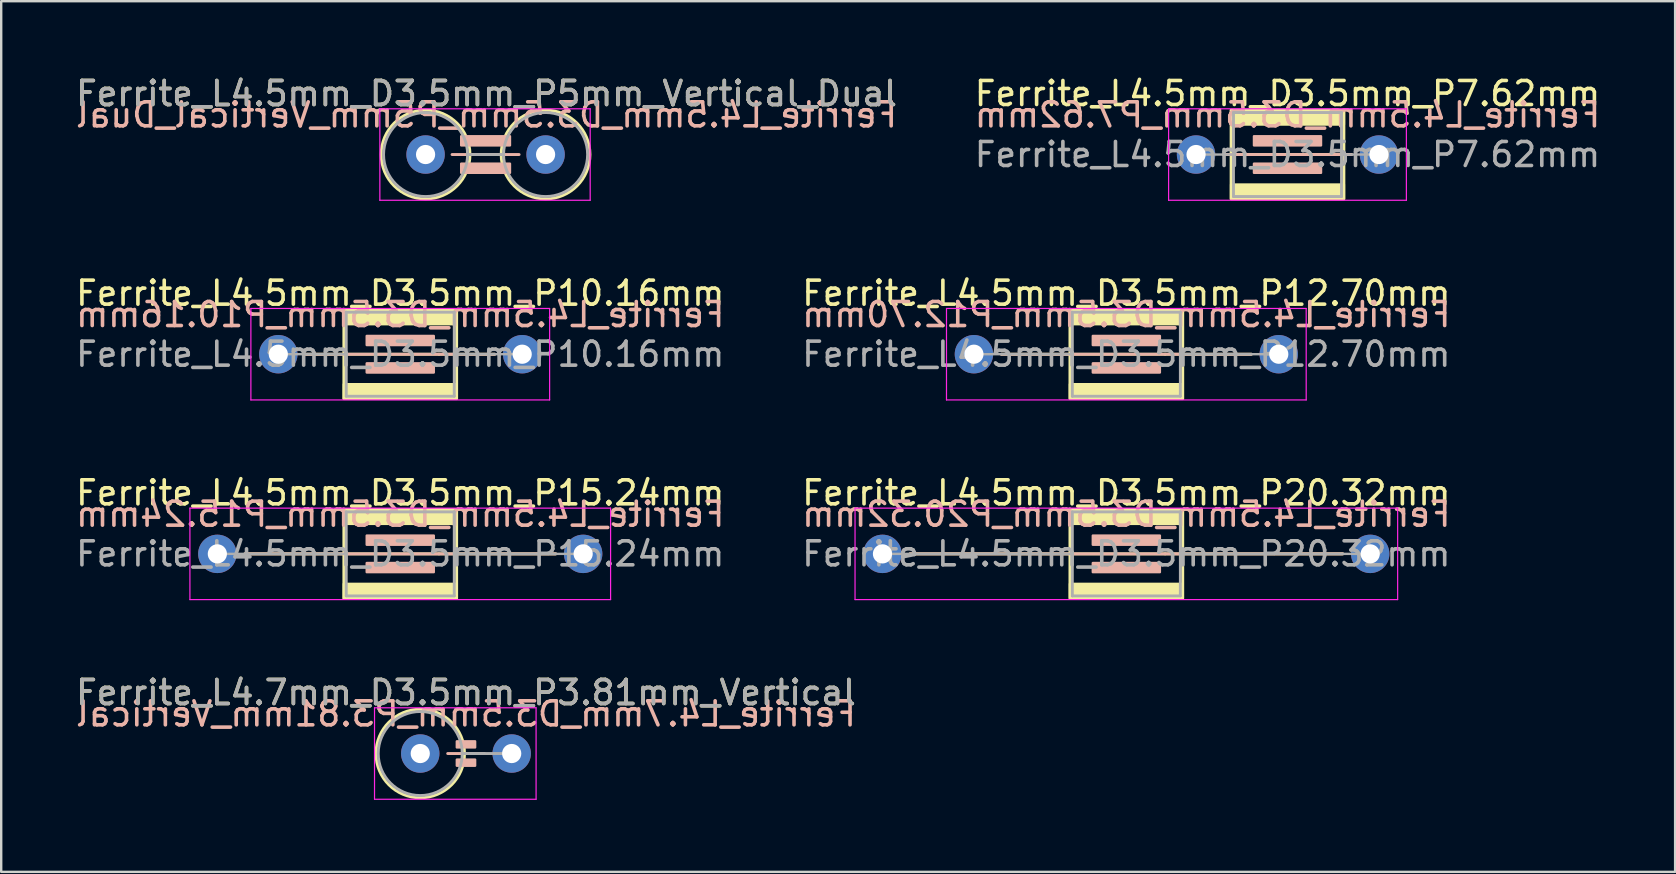
<source format=kicad_pcb>
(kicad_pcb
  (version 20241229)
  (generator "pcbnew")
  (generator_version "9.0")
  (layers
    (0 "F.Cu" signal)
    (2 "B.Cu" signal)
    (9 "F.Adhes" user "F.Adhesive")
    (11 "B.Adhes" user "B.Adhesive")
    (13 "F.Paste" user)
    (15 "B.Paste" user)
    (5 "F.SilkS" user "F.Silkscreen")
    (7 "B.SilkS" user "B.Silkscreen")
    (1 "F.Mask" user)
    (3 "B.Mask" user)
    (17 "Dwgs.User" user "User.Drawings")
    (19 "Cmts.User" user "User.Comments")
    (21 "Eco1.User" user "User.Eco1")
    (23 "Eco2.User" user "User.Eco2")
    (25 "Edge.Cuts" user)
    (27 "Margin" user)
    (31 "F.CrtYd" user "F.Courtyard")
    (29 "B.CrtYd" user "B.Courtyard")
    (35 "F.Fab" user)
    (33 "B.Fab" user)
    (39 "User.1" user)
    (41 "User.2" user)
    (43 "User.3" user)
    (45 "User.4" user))
  (footprint "Ferrite_L4.5mm_D3.5mm_P12.70mm"
    (layer "F.Cu")
    (at 37.525 11.707)
    (property "Reference" "Ferrite_L4.5mm_D3.5mm_P12.70mm" (at 6.35 -2.54 0) (layer "F.SilkS") (effects (font (size 1 1) (thickness 0.15))))
    (fp_line (start 7.964 0.000002) (end 1.143 0) (stroke (width 0.12) (type solid)) (layer "F.SilkS"))
    (fp_line (start 7.964 0.000002) (end 11.557 0) (stroke (width 0.12) (type solid)) (layer "F.SilkS"))
    (fp_rect (start 4 -1.85) (end 8.7 1.85) (stroke (width 0.12) (type solid)) (fill no) (layer "F.SilkS"))
    (fp_poly (pts (xy 8.7 -1.25) (xy 4 -1.25) (xy 4 -1.85) (xy 8.7 -1.85)) (stroke (width 0.1) (type solid)) (fill yes) (layer "F.SilkS"))
    (fp_poly (pts (xy 8.7 1.85) (xy 4 1.85) (xy 4 1.25) (xy 8.7 1.25)) (stroke (width 0.1) (type solid)) (fill yes) (layer "F.SilkS"))
    (fp_line (start 1.143 0) (end 11.557 0) (stroke (width 0.12) (type solid)) (layer "B.SilkS"))
    (fp_rect (start 4.953 -0.762) (end 7.747 -0.381) (stroke (width 0.1) (type solid)) (fill yes) (layer "B.SilkS"))
    (fp_rect (start 4.953 0.381) (end 7.747 0.762) (stroke (width 0.1) (type solid)) (fill yes) (layer "B.SilkS"))
    (fp_line (start -1.143 -1.905) (end 13.843 -1.905) (stroke (width 0.05) (type solid)) (layer "F.CrtYd"))
    (fp_line (start -1.143 1.905) (end -1.143 -1.905) (stroke (width 0.05) (type solid)) (layer "F.CrtYd"))
    (fp_line (start 13.843 -1.905) (end 13.843 1.905) (stroke (width 0.05) (type solid)) (layer "F.CrtYd"))
    (fp_line (start 13.843 1.905) (end -1.143 1.905) (stroke (width 0.05) (type solid)) (layer "F.CrtYd"))
    (fp_line (start 4.1 -1.75) (end 4.1 0) (stroke (width 0.12) (type solid)) (layer "F.Fab"))
    (fp_line (start 4.1 0) (end 0 0) (stroke (width 0.1) (type solid)) (layer "F.Fab"))
    (fp_line (start 4.1 0) (end 4.1 1.75) (stroke (width 0.12) (type solid)) (layer "F.Fab"))
    (fp_line (start 4.1 1.75) (end 8.6 1.75) (stroke (width 0.12) (type solid)) (layer "F.Fab"))
    (fp_line (start 8.6 -1.75) (end 4.1 -1.75) (stroke (width 0.12) (type solid)) (layer "F.Fab"))
    (fp_line (start 8.6 0) (end 12.7 0) (stroke (width 0.1) (type solid)) (layer "F.Fab"))
    (fp_line (start 8.6 1.75) (end 8.6 -1.75) (stroke (width 0.12) (type solid)) (layer "F.Fab"))
    (fp_text user "${REFERENCE}" (at 6.35 -1.651 0) (layer "B.SilkS") (effects (font (size 1 1) (thickness 0.15)) (justify mirror)))
    (fp_text user "${REFERENCE}" (at 6.35 0 0) (layer "F.Fab") (effects (font (size 1 1) (thickness 0.15))))
    (pad "1" thru_hole circle (at 0 0) (size 1.6 1.6) (drill 0.8) (layers "*.Cu" "*.Mask"))
    (pad "2" thru_hole circle (at 12.7 0) (size 1.6 1.6) (drill 0.8) (layers "*.Cu" "*.Mask")))
  (footprint "Ferrite_L4.5mm_D3.5mm_P7.62mm"
    (layer "F.Cu")
    (at 46.779 3.388)
    (property "Reference" "Ferrite_L4.5mm_D3.5mm_P7.62mm" (at 3.81 -2.54 0) (layer "F.SilkS") (effects (font (size 1 1) (thickness 0.15))))
    (fp_line (start 5.424 0.000002) (end 1.143 0) (stroke (width 0.12) (type solid)) (layer "F.SilkS"))
    (fp_line (start 5.424 0.000002) (end 6.477 0) (stroke (width 0.12) (type solid)) (layer "F.SilkS"))
    (fp_rect (start 1.46 -1.85) (end 6.16 1.85) (stroke (width 0.12) (type solid)) (fill no) (layer "F.SilkS"))
    (fp_poly (pts (xy 6.16 -1.25) (xy 1.46 -1.25) (xy 1.46 -1.85) (xy 6.16 -1.85)) (stroke (width 0.1) (type solid)) (fill yes) (layer "F.SilkS"))
    (fp_poly (pts (xy 6.16 1.85) (xy 1.46 1.85) (xy 1.46 1.25) (xy 6.16 1.25)) (stroke (width 0.1) (type solid)) (fill yes) (layer "F.SilkS"))
    (fp_line (start 1.143 0) (end 6.477 0) (stroke (width 0.12) (type solid)) (layer "B.SilkS"))
    (fp_rect (start 2.413 -0.762) (end 5.207 -0.381) (stroke (width 0.1) (type solid)) (fill yes) (layer "B.SilkS"))
    (fp_rect (start 2.413 0.381) (end 5.207 0.762) (stroke (width 0.1) (type solid)) (fill yes) (layer "B.SilkS"))
    (fp_line (start -1.143 -1.905) (end 8.763 -1.905) (stroke (width 0.05) (type solid)) (layer "F.CrtYd"))
    (fp_line (start -1.143 1.905) (end -1.143 -1.905) (stroke (width 0.05) (type solid)) (layer "F.CrtYd"))
    (fp_line (start 8.763 -1.905) (end 8.763 1.905) (stroke (width 0.05) (type solid)) (layer "F.CrtYd"))
    (fp_line (start 8.763 1.905) (end -1.143 1.905) (stroke (width 0.05) (type solid)) (layer "F.CrtYd"))
    (fp_line (start 0 0) (end 1.56 0) (stroke (width 0.1) (type solid)) (layer "F.Fab"))
    (fp_line (start 1.56 -1.75) (end 1.56 0) (stroke (width 0.12) (type solid)) (layer "F.Fab"))
    (fp_line (start 1.56 0) (end 1.56 1.75) (stroke (width 0.12) (type solid)) (layer "F.Fab"))
    (fp_line (start 1.56 1.75) (end 6.06 1.75) (stroke (width 0.12) (type solid)) (layer "F.Fab"))
    (fp_line (start 6.06 -1.75) (end 1.56 -1.75) (stroke (width 0.12) (type solid)) (layer "F.Fab"))
    (fp_line (start 6.06 1.75) (end 6.06 -1.75) (stroke (width 0.12) (type solid)) (layer "F.Fab"))
    (fp_line (start 7.62 0) (end 6.06 0) (stroke (width 0.1) (type solid)) (layer "F.Fab"))
    (fp_text user "${REFERENCE}" (at 3.81 -1.651 0) (layer "B.SilkS") (effects (font (size 1 1) (thickness 0.15)) (justify mirror)))
    (fp_text user "${REFERENCE}" (at 3.81 0 0) (layer "F.Fab") (effects (font (size 1 1) (thickness 0.15))))
    (pad "1" thru_hole circle (at 0 0) (size 1.6 1.6) (drill 0.8) (layers "*.Cu" "*.Mask"))
    (pad "2" thru_hole circle (at 7.62 0) (size 1.6 1.6) (drill 0.8) (layers "*.Cu" "*.Mask")))
  (footprint "Ferrite_L4.5mm_D3.5mm_P10.16mm"
    (layer "F.Cu")
    (at 8.545 11.707)
    (property "Reference" "Ferrite_L4.5mm_D3.5mm_P10.16mm" (at 5.08 -2.54 0) (layer "F.SilkS") (effects (font (size 1 1) (thickness 0.15))))
    (fp_line (start 6.694 0.000002) (end 1.143 0) (stroke (width 0.12) (type solid)) (layer "F.SilkS"))
    (fp_line (start 6.694 0.000002) (end 9.017 0) (stroke (width 0.12) (type solid)) (layer "F.SilkS"))
    (fp_rect (start 2.73 -1.85) (end 7.43 1.85) (stroke (width 0.12) (type solid)) (fill no) (layer "F.SilkS"))
    (fp_poly (pts (xy 7.43 -1.25) (xy 2.73 -1.25) (xy 2.73 -1.85) (xy 7.43 -1.85)) (stroke (width 0.1) (type solid)) (fill yes) (layer "F.SilkS"))
    (fp_poly (pts (xy 7.43 1.85) (xy 2.73 1.85) (xy 2.73 1.25) (xy 7.43 1.25)) (stroke (width 0.1) (type solid)) (fill yes) (layer "F.SilkS"))
    (fp_line (start 1.143 0) (end 9.017 0) (stroke (width 0.12) (type solid)) (layer "B.SilkS"))
    (fp_rect (start 3.683 -0.762) (end 6.477 -0.381) (stroke (width 0.1) (type solid)) (fill yes) (layer "B.SilkS"))
    (fp_rect (start 3.683 0.381) (end 6.477 0.762) (stroke (width 0.1) (type solid)) (fill yes) (layer "B.SilkS"))
    (fp_line (start -1.143 -1.905) (end 11.303 -1.905) (stroke (width 0.05) (type solid)) (layer "F.CrtYd"))
    (fp_line (start -1.143 1.905) (end -1.143 -1.905) (stroke (width 0.05) (type solid)) (layer "F.CrtYd"))
    (fp_line (start 11.303 -1.905) (end 11.303 1.905) (stroke (width 0.05) (type solid)) (layer "F.CrtYd"))
    (fp_line (start 11.303 1.905) (end -1.143 1.905) (stroke (width 0.05) (type solid)) (layer "F.CrtYd"))
    (fp_line (start 2.83 -1.75) (end 2.83 0) (stroke (width 0.12) (type solid)) (layer "F.Fab"))
    (fp_line (start 2.83 0) (end 0 0) (stroke (width 0.1) (type solid)) (layer "F.Fab"))
    (fp_line (start 2.83 0) (end 2.83 1.75) (stroke (width 0.12) (type solid)) (layer "F.Fab"))
    (fp_line (start 2.83 1.75) (end 7.33 1.75) (stroke (width 0.12) (type solid)) (layer "F.Fab"))
    (fp_line (start 7.33 -1.75) (end 2.83 -1.75) (stroke (width 0.12) (type solid)) (layer "F.Fab"))
    (fp_line (start 7.33 0) (end 10.16 0) (stroke (width 0.1) (type solid)) (layer "F.Fab"))
    (fp_line (start 7.33 1.75) (end 7.33 -1.75) (stroke (width 0.12) (type solid)) (layer "F.Fab"))
    (fp_text user "${REFERENCE}" (at 5.08 -1.651 0) (layer "B.SilkS") (effects (font (size 1 1) (thickness 0.15)) (justify mirror)))
    (fp_text user "${REFERENCE}" (at 5.08 0 0) (layer "F.Fab") (effects (font (size 1 1) (thickness 0.15))))
    (pad "1" thru_hole circle (at 0 0) (size 1.6 1.6) (drill 0.8) (layers "*.Cu" "*.Mask"))
    (pad "2" thru_hole circle (at 10.16 0) (size 1.6 1.6) (drill 0.8) (layers "*.Cu" "*.Mask")))
  (footprint "Ferrite_L4.5mm_D3.5mm_P15.24mm"
    (layer "F.Cu")
    (at 6.005 20.025)
    (property "Reference" "Ferrite_L4.5mm_D3.5mm_P15.24mm" (at 7.62 -2.54 0) (layer "F.SilkS") (effects (font (size 1 1) (thickness 0.15))))
    (fp_line (start 9.234 0.000002) (end 1.143 0) (stroke (width 0.12) (type solid)) (layer "F.SilkS"))
    (fp_line (start 9.234 0.000002) (end 14.097 0) (stroke (width 0.12) (type solid)) (layer "F.SilkS"))
    (fp_rect (start 5.27 -1.85) (end 9.97 1.85) (stroke (width 0.12) (type solid)) (fill no) (layer "F.SilkS"))
    (fp_poly (pts (xy 9.97 -1.25) (xy 5.27 -1.25) (xy 5.27 -1.85) (xy 9.97 -1.85)) (stroke (width 0.1) (type solid)) (fill yes) (layer "F.SilkS"))
    (fp_poly (pts (xy 9.97 1.85) (xy 5.27 1.85) (xy 5.27 1.25) (xy 9.97 1.25)) (stroke (width 0.1) (type solid)) (fill yes) (layer "F.SilkS"))
    (fp_line (start 1.143 0) (end 14.097 0) (stroke (width 0.12) (type solid)) (layer "B.SilkS"))
    (fp_rect (start 6.223 -0.762) (end 9.017 -0.381) (stroke (width 0.1) (type solid)) (fill yes) (layer "B.SilkS"))
    (fp_rect (start 6.223 0.381) (end 9.017 0.762) (stroke (width 0.1) (type solid)) (fill yes) (layer "B.SilkS"))
    (fp_line (start -1.143 -1.905) (end 16.383 -1.905) (stroke (width 0.05) (type solid)) (layer "F.CrtYd"))
    (fp_line (start -1.143 1.905) (end -1.143 -1.905) (stroke (width 0.05) (type solid)) (layer "F.CrtYd"))
    (fp_line (start 16.383 -1.905) (end 16.383 1.905) (stroke (width 0.05) (type solid)) (layer "F.CrtYd"))
    (fp_line (start 16.383 1.905) (end -1.143 1.905) (stroke (width 0.05) (type solid)) (layer "F.CrtYd"))
    (fp_line (start 0 0) (end 5.37 0) (stroke (width 0.1) (type solid)) (layer "F.Fab"))
    (fp_line (start 5.37 -1.75) (end 5.37 0) (stroke (width 0.12) (type solid)) (layer "F.Fab"))
    (fp_line (start 5.37 0) (end 5.37 1.75) (stroke (width 0.12) (type solid)) (layer "F.Fab"))
    (fp_line (start 5.37 1.75) (end 9.87 1.75) (stroke (width 0.12) (type solid)) (layer "F.Fab"))
    (fp_line (start 9.87 -1.75) (end 5.37 -1.75) (stroke (width 0.12) (type solid)) (layer "F.Fab"))
    (fp_line (start 9.87 1.75) (end 9.87 -1.75) (stroke (width 0.12) (type solid)) (layer "F.Fab"))
    (fp_line (start 15.24 0) (end 9.87 0) (stroke (width 0.1) (type solid)) (layer "F.Fab"))
    (fp_text user "${REFERENCE}" (at 7.62 -1.651 0) (layer "B.SilkS") (effects (font (size 1 1) (thickness 0.15)) (justify mirror)))
    (fp_text user "${REFERENCE}" (at 7.62 0 0) (layer "F.Fab") (effects (font (size 1 1) (thickness 0.15))))
    (pad "1" thru_hole circle (at 0 0) (size 1.6 1.6) (drill 0.8) (layers "*.Cu" "*.Mask"))
    (pad "2" thru_hole circle (at 15.24 0) (size 1.6 1.6) (drill 0.8) (layers "*.Cu" "*.Mask")))
  (footprint "Ferrite_L4.5mm_D3.5mm_P20.32mm"
    (layer "F.Cu")
    (at 33.715 20.025)
    (property "Reference" "Ferrite_L4.5mm_D3.5mm_P20.32mm" (at 10.16 -2.54 0) (layer "F.SilkS") (effects (font (size 1 1) (thickness 0.15))))
    (fp_line (start 11.774 0.000002) (end 1.143 0) (stroke (width 0.12) (type solid)) (layer "F.SilkS"))
    (fp_line (start 11.774 0.000002) (end 19.177 0) (stroke (width 0.12) (type solid)) (layer "F.SilkS"))
    (fp_rect (start 7.81 -1.85) (end 12.51 1.85) (stroke (width 0.12) (type solid)) (fill no) (layer "F.SilkS"))
    (fp_poly (pts (xy 12.51 -1.25) (xy 7.81 -1.25) (xy 7.81 -1.85) (xy 12.51 -1.85)) (stroke (width 0.1) (type solid)) (fill yes) (layer "F.SilkS"))
    (fp_poly (pts (xy 12.51 1.85) (xy 7.81 1.85) (xy 7.81 1.25) (xy 12.51 1.25)) (stroke (width 0.1) (type solid)) (fill yes) (layer "F.SilkS"))
    (fp_line (start 1.143 0) (end 19.177 0) (stroke (width 0.12) (type solid)) (layer "B.SilkS"))
    (fp_rect (start 8.763 -0.762) (end 11.557 -0.381) (stroke (width 0.1) (type solid)) (fill yes) (layer "B.SilkS"))
    (fp_rect (start 8.763 0.381) (end 11.557 0.762) (stroke (width 0.1) (type solid)) (fill yes) (layer "B.SilkS"))
    (fp_line (start -1.143 -1.905) (end 21.463 -1.905) (stroke (width 0.05) (type solid)) (layer "F.CrtYd"))
    (fp_line (start -1.143 1.905) (end -1.143 -1.905) (stroke (width 0.05) (type solid)) (layer "F.CrtYd"))
    (fp_line (start 21.463 -1.905) (end 21.463 1.905) (stroke (width 0.05) (type solid)) (layer "F.CrtYd"))
    (fp_line (start 21.463 1.905) (end -1.143 1.905) (stroke (width 0.05) (type solid)) (layer "F.CrtYd"))
    (fp_line (start 0 0) (end 7.91 0) (stroke (width 0.1) (type solid)) (layer "F.Fab"))
    (fp_line (start 7.91 -1.75) (end 7.91 0) (stroke (width 0.12) (type solid)) (layer "F.Fab"))
    (fp_line (start 7.91 0) (end 7.91 1.75) (stroke (width 0.12) (type solid)) (layer "F.Fab"))
    (fp_line (start 7.91 1.75) (end 12.41 1.75) (stroke (width 0.12) (type solid)) (layer "F.Fab"))
    (fp_line (start 12.41 -1.75) (end 7.91 -1.75) (stroke (width 0.12) (type solid)) (layer "F.Fab"))
    (fp_line (start 12.41 1.75) (end 12.41 -1.75) (stroke (width 0.12) (type solid)) (layer "F.Fab"))
    (fp_line (start 20.32 0) (end 12.41 0) (stroke (width 0.1) (type solid)) (layer "F.Fab"))
    (fp_text user "${REFERENCE}" (at 10.16 -1.651 0) (layer "B.SilkS") (effects (font (size 1 1) (thickness 0.15)) (justify mirror)))
    (fp_text user "${REFERENCE}" (at 10.16 0 0) (layer "F.Fab") (effects (font (size 1 1) (thickness 0.15))))
    (pad "1" thru_hole circle (at 0 0) (size 1.6 1.6) (drill 0.8) (layers "*.Cu" "*.Mask"))
    (pad "2" thru_hole circle (at 20.32 0) (size 1.6 1.6) (drill 0.8) (layers "*.Cu" "*.Mask")))
  (footprint "Ferrite_L4.5mm_D3.5mm_P5mm_Vertical_Dual"
    (layer "F.Cu")
    (at 14.68 3.388)
    (property "Reference" "Ferrite_L4.5mm_D3.5mm_P5mm_Vertical_Dual" (at 2.54 -2.54 0) (layer "F.SilkS") (effects (font (size 1 1) (thickness 0.15))))
    (fp_line (start 1.85 0) (end 3.15 0) (stroke (width 0.12) (type solid)) (layer "F.SilkS"))
    (fp_circle (center 0 0) (end -1.85 0) (stroke (width 0.12) (type solid)) (fill no) (layer "F.SilkS"))
    (fp_circle (center 5 0) (end 3.15 0) (stroke (width 0.12) (type solid)) (fill no) (layer "F.SilkS"))
    (fp_line (start 3.897 0) (end 1.103 0) (stroke (width 0.12) (type solid)) (layer "B.SilkS"))
    (fp_rect (start 1.484 -0.762) (end 3.516 -0.381) (stroke (width 0.1) (type solid)) (fill yes) (layer "B.SilkS"))
    (fp_rect (start 1.484 0.381) (end 3.516 0.762) (stroke (width 0.1) (type solid)) (fill yes) (layer "B.SilkS"))
    (fp_line (start -1.905 -1.905) (end 6.858 -1.905) (stroke (width 0.05) (type solid)) (layer "F.CrtYd"))
    (fp_line (start -1.905 1.905) (end -1.905 -1.905) (stroke (width 0.05) (type solid)) (layer "F.CrtYd"))
    (fp_line (start 6.858 -1.905) (end 6.858 1.905) (stroke (width 0.05) (type solid)) (layer "F.CrtYd"))
    (fp_line (start 6.858 1.905) (end -1.905 1.905) (stroke (width 0.05) (type solid)) (layer "F.CrtYd"))
    (fp_line (start 1.75 0) (end 3.25 0) (stroke (width 0.12) (type solid)) (layer "F.Fab"))
    (fp_circle (center 0 0) (end -1.75 0) (stroke (width 0.12) (type solid)) (fill no) (layer "F.Fab"))
    (fp_circle (center 5 0) (end 3.25 0) (stroke (width 0.12) (type solid)) (fill no) (layer "F.Fab"))
    (fp_text user "${REFERENCE}" (at 2.54 -1.651 0) (layer "B.SilkS") (effects (font (size 1 1) (thickness 0.15)) (justify mirror)))
    (fp_text user "${REFERENCE}" (at 2.54 -2.539 0) (layer "F.Fab") (effects (font (size 1 1) (thickness 0.15))))
    (pad "1" thru_hole circle (at 0 0) (size 1.6 1.6) (drill 0.8) (layers "*.Cu" "*.Mask"))
    (pad "2" thru_hole circle (at 5 0) (size 1.6 1.6) (drill 0.8) (layers "*.Cu" "*.Mask")))
  (footprint "Ferrite_L4.7mm_D3.5mm_P3.81mm_Vertical"
    (layer "F.Cu")
    (at 14.458 28.343)
    (property "Reference" "Ferrite_L4.7mm_D3.5mm_P3.81mm_Vertical" (at 1.905 -2.54 0) (layer "F.SilkS") (effects (font (size 1 1) (thickness 0.15))))
    (fp_line (start 1.845 0) (end 2.667 0) (stroke (width 0.12) (type solid)) (layer "F.SilkS"))
    (fp_circle (center 0 0) (end -1.845 0) (stroke (width 0.12) (type solid)) (fill no) (layer "F.SilkS"))
    (fp_line (start 2.667 0) (end 1.143 0) (stroke (width 0.12) (type solid)) (layer "B.SilkS"))
    (fp_rect (start 1.524 -0.508) (end 2.286 -0.254) (stroke (width 0.1) (type solid)) (fill yes) (layer "B.SilkS"))
    (fp_rect (start 1.524 0.254) (end 2.286 0.508) (stroke (width 0.1) (type solid)) (fill yes) (layer "B.SilkS"))
    (fp_line (start -1.905 -1.905) (end 4.826 -1.905) (stroke (width 0.05) (type solid)) (layer "F.CrtYd"))
    (fp_line (start -1.905 1.905) (end -1.905 -1.905) (stroke (width 0.05) (type solid)) (layer "F.CrtYd"))
    (fp_line (start 4.826 -1.905) (end 4.826 1.905) (stroke (width 0.05) (type solid)) (layer "F.CrtYd"))
    (fp_line (start 4.826 1.905) (end -1.905 1.905) (stroke (width 0.05) (type solid)) (layer "F.CrtYd"))
    (fp_line (start 1.75 0) (end 3.81 0) (stroke (width 0.12) (type solid)) (layer "F.Fab"))
    (fp_circle (center 0 0) (end -1.75 0) (stroke (width 0.12) (type solid)) (fill no) (layer "F.Fab"))
    (fp_text user "${REFERENCE}" (at 1.905 -1.651 0) (layer "B.SilkS") (effects (font (size 1 1) (thickness 0.15)) (justify mirror)))
    (fp_text user "${REFERENCE}" (at 1.905 -2.539 0) (layer "F.Fab") (effects (font (size 1 1) (thickness 0.15))))
    (pad "1" thru_hole circle (at 0 0) (size 1.6 1.6) (drill 0.8) (layers "*.Cu" "*.Mask"))
    (pad "2" thru_hole circle (at 3.81 0) (size 1.6 1.6) (drill 0.8) (layers "*.Cu" "*.Mask")))
  (gr_rect
    (start -3 -3)
    (end 66.738 33.273)
    (stroke (width 0.1) (type default))
    (fill no)
    (layer "Edge.Cuts")))
</source>
